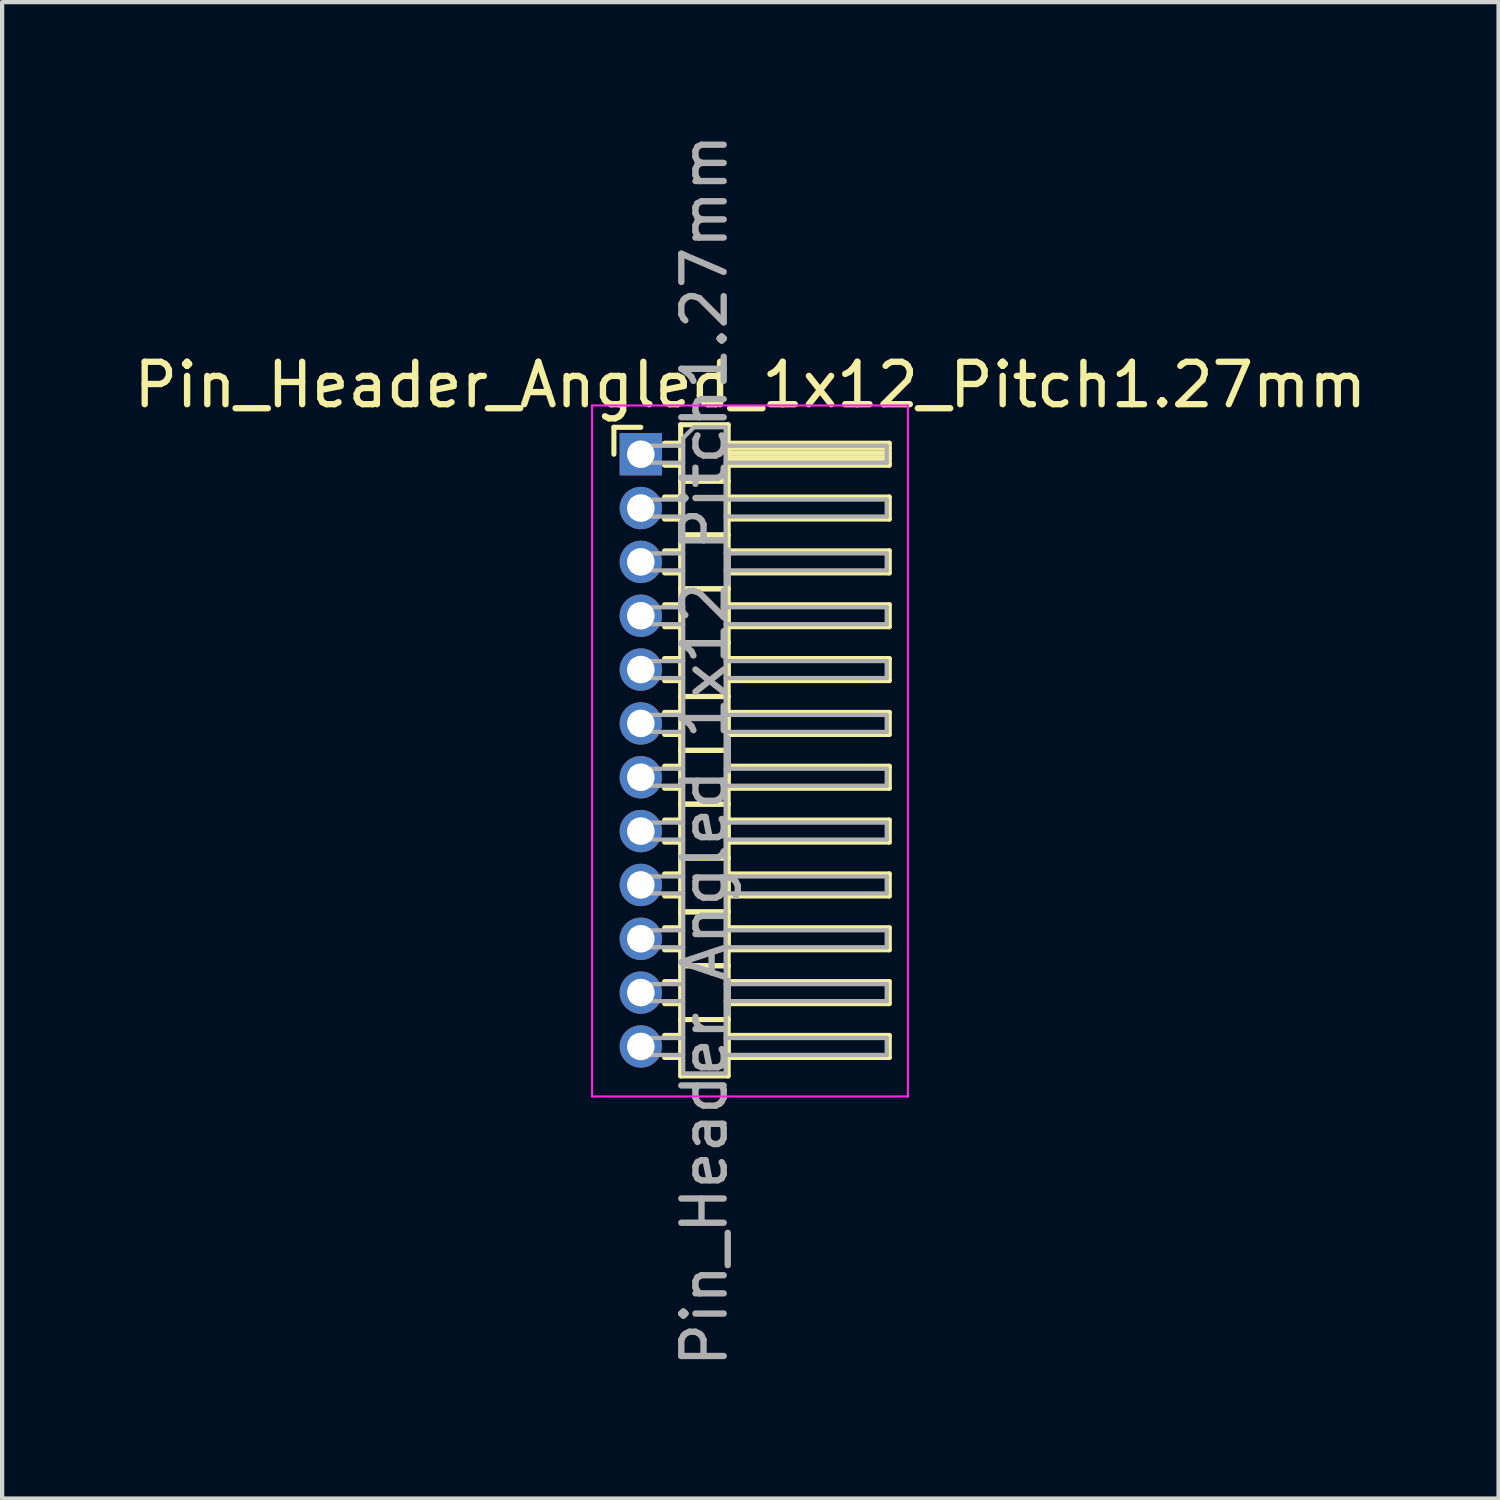
<source format=kicad_pcb>
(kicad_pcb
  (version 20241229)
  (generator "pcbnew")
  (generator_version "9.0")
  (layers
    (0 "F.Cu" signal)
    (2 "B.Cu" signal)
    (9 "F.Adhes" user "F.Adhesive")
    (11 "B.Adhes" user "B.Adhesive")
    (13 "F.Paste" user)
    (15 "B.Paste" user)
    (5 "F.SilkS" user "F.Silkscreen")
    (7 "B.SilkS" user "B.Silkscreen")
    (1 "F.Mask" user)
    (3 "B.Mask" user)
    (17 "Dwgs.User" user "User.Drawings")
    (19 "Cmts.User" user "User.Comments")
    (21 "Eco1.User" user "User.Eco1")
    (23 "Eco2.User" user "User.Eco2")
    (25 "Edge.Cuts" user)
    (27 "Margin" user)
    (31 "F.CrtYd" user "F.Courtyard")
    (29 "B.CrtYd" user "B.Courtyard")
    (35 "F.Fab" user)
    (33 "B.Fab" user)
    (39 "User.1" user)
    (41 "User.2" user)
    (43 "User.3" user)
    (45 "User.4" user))
  (footprint "Pin_Header_Angled_1x12_Pitch1.27mm"
    (layer "F.Cu")
    (at 12.066 7.664)
    (property "Reference" "Pin_Header_Angled_1x12_Pitch1.27mm" (at 2.583 -1.635 0) (layer "F.SilkS") (effects (font (size 1 1) (thickness 0.15))))
    (attr through_hole)
    (fp_line (start -0.635 -0.635) (end 0 -0.635) (stroke (width 0.12) (type solid)) (layer "F.SilkS"))
    (fp_line (start -0.635 0) (end -0.635 -0.635) (stroke (width 0.12) (type solid)) (layer "F.SilkS"))
    (fp_line (start 0.56 -0.26) (end 0.94 -0.26) (stroke (width 0.12) (type solid)) (layer "F.SilkS"))
    (fp_line (start 0.56 0.26) (end 0.94 0.26) (stroke (width 0.12) (type solid)) (layer "F.SilkS"))
    (fp_line (start 0.56 1.01) (end 0.94 1.01) (stroke (width 0.12) (type solid)) (layer "F.SilkS"))
    (fp_line (start 0.56 1.53) (end 0.94 1.53) (stroke (width 0.12) (type solid)) (layer "F.SilkS"))
    (fp_line (start 0.56 2.28) (end 0.94 2.28) (stroke (width 0.12) (type solid)) (layer "F.SilkS"))
    (fp_line (start 0.56 2.8) (end 0.94 2.8) (stroke (width 0.12) (type solid)) (layer "F.SilkS"))
    (fp_line (start 0.56 3.55) (end 0.94 3.55) (stroke (width 0.12) (type solid)) (layer "F.SilkS"))
    (fp_line (start 0.56 4.07) (end 0.94 4.07) (stroke (width 0.12) (type solid)) (layer "F.SilkS"))
    (fp_line (start 0.56 4.82) (end 0.94 4.82) (stroke (width 0.12) (type solid)) (layer "F.SilkS"))
    (fp_line (start 0.56 5.34) (end 0.94 5.34) (stroke (width 0.12) (type solid)) (layer "F.SilkS"))
    (fp_line (start 0.56 6.09) (end 0.94 6.09) (stroke (width 0.12) (type solid)) (layer "F.SilkS"))
    (fp_line (start 0.56 6.61) (end 0.94 6.61) (stroke (width 0.12) (type solid)) (layer "F.SilkS"))
    (fp_line (start 0.56 7.36) (end 0.94 7.36) (stroke (width 0.12) (type solid)) (layer "F.SilkS"))
    (fp_line (start 0.56 7.88) (end 0.94 7.88) (stroke (width 0.12) (type solid)) (layer "F.SilkS"))
    (fp_line (start 0.56 8.63) (end 0.94 8.63) (stroke (width 0.12) (type solid)) (layer "F.SilkS"))
    (fp_line (start 0.56 9.15) (end 0.94 9.15) (stroke (width 0.12) (type solid)) (layer "F.SilkS"))
    (fp_line (start 0.56 9.9) (end 0.94 9.9) (stroke (width 0.12) (type solid)) (layer "F.SilkS"))
    (fp_line (start 0.56 10.42) (end 0.94 10.42) (stroke (width 0.12) (type solid)) (layer "F.SilkS"))
    (fp_line (start 0.56 11.17) (end 0.94 11.17) (stroke (width 0.12) (type solid)) (layer "F.SilkS"))
    (fp_line (start 0.56 11.69) (end 0.94 11.69) (stroke (width 0.12) (type solid)) (layer "F.SilkS"))
    (fp_line (start 0.56 12.44) (end 0.94 12.44) (stroke (width 0.12) (type solid)) (layer "F.SilkS"))
    (fp_line (start 0.56 12.96) (end 0.94 12.96) (stroke (width 0.12) (type solid)) (layer "F.SilkS"))
    (fp_line (start 0.56 13.71) (end 0.94 13.71) (stroke (width 0.12) (type solid)) (layer "F.SilkS"))
    (fp_line (start 0.56 14.23) (end 0.94 14.23) (stroke (width 0.12) (type solid)) (layer "F.SilkS"))
    (fp_line (start 0.94 -0.695) (end 0.94 0.635) (stroke (width 0.12) (type solid)) (layer "F.SilkS"))
    (fp_line (start 0.94 0.635) (end 0.94 1.905) (stroke (width 0.12) (type solid)) (layer "F.SilkS"))
    (fp_line (start 0.94 0.635) (end 2.06 0.635) (stroke (width 0.12) (type solid)) (layer "F.SilkS"))
    (fp_line (start 0.94 1.905) (end 0.94 3.175) (stroke (width 0.12) (type solid)) (layer "F.SilkS"))
    (fp_line (start 0.94 1.905) (end 2.06 1.905) (stroke (width 0.12) (type solid)) (layer "F.SilkS"))
    (fp_line (start 0.94 3.175) (end 0.94 4.445) (stroke (width 0.12) (type solid)) (layer "F.SilkS"))
    (fp_line (start 0.94 3.175) (end 2.06 3.175) (stroke (width 0.12) (type solid)) (layer "F.SilkS"))
    (fp_line (start 0.94 4.445) (end 0.94 5.715) (stroke (width 0.12) (type solid)) (layer "F.SilkS"))
    (fp_line (start 0.94 4.445) (end 2.06 4.445) (stroke (width 0.12) (type solid)) (layer "F.SilkS"))
    (fp_line (start 0.94 5.715) (end 0.94 6.985) (stroke (width 0.12) (type solid)) (layer "F.SilkS"))
    (fp_line (start 0.94 5.715) (end 2.06 5.715) (stroke (width 0.12) (type solid)) (layer "F.SilkS"))
    (fp_line (start 0.94 6.985) (end 0.94 8.255) (stroke (width 0.12) (type solid)) (layer "F.SilkS"))
    (fp_line (start 0.94 6.985) (end 2.06 6.985) (stroke (width 0.12) (type solid)) (layer "F.SilkS"))
    (fp_line (start 0.94 8.255) (end 0.94 9.525) (stroke (width 0.12) (type solid)) (layer "F.SilkS"))
    (fp_line (start 0.94 8.255) (end 2.06 8.255) (stroke (width 0.12) (type solid)) (layer "F.SilkS"))
    (fp_line (start 0.94 9.525) (end 0.94 10.795) (stroke (width 0.12) (type solid)) (layer "F.SilkS"))
    (fp_line (start 0.94 9.525) (end 2.06 9.525) (stroke (width 0.12) (type solid)) (layer "F.SilkS"))
    (fp_line (start 0.94 10.795) (end 0.94 12.065) (stroke (width 0.12) (type solid)) (layer "F.SilkS"))
    (fp_line (start 0.94 10.795) (end 2.06 10.795) (stroke (width 0.12) (type solid)) (layer "F.SilkS"))
    (fp_line (start 0.94 12.065) (end 0.94 13.335) (stroke (width 0.12) (type solid)) (layer "F.SilkS"))
    (fp_line (start 0.94 12.065) (end 2.06 12.065) (stroke (width 0.12) (type solid)) (layer "F.SilkS"))
    (fp_line (start 0.94 13.335) (end 0.94 14.665) (stroke (width 0.12) (type solid)) (layer "F.SilkS"))
    (fp_line (start 0.94 13.335) (end 2.06 13.335) (stroke (width 0.12) (type solid)) (layer "F.SilkS"))
    (fp_line (start 0.94 14.665) (end 2.06 14.665) (stroke (width 0.12) (type solid)) (layer "F.SilkS"))
    (fp_line (start 2.06 -0.695) (end 0.94 -0.695) (stroke (width 0.12) (type solid)) (layer "F.SilkS"))
    (fp_line (start 2.06 -0.26) (end 2.06 0.26) (stroke (width 0.12) (type solid)) (layer "F.SilkS"))
    (fp_line (start 2.06 -0.14) (end 5.86 -0.14) (stroke (width 0.12) (type solid)) (layer "F.SilkS"))
    (fp_line (start 2.06 -0.02) (end 5.86 -0.02) (stroke (width 0.12) (type solid)) (layer "F.SilkS"))
    (fp_line (start 2.06 0.1) (end 5.86 0.1) (stroke (width 0.12) (type solid)) (layer "F.SilkS"))
    (fp_line (start 2.06 0.22) (end 5.86 0.22) (stroke (width 0.12) (type solid)) (layer "F.SilkS"))
    (fp_line (start 2.06 0.26) (end 5.86 0.26) (stroke (width 0.12) (type solid)) (layer "F.SilkS"))
    (fp_line (start 2.06 0.635) (end 0.94 0.635) (stroke (width 0.12) (type solid)) (layer "F.SilkS"))
    (fp_line (start 2.06 0.635) (end 2.06 -0.695) (stroke (width 0.12) (type solid)) (layer "F.SilkS"))
    (fp_line (start 2.06 1.01) (end 2.06 1.53) (stroke (width 0.12) (type solid)) (layer "F.SilkS"))
    (fp_line (start 2.06 1.53) (end 5.86 1.53) (stroke (width 0.12) (type solid)) (layer "F.SilkS"))
    (fp_line (start 2.06 1.905) (end 0.94 1.905) (stroke (width 0.12) (type solid)) (layer "F.SilkS"))
    (fp_line (start 2.06 1.905) (end 2.06 0.635) (stroke (width 0.12) (type solid)) (layer "F.SilkS"))
    (fp_line (start 2.06 2.28) (end 2.06 2.8) (stroke (width 0.12) (type solid)) (layer "F.SilkS"))
    (fp_line (start 2.06 2.8) (end 5.86 2.8) (stroke (width 0.12) (type solid)) (layer "F.SilkS"))
    (fp_line (start 2.06 3.175) (end 0.94 3.175) (stroke (width 0.12) (type solid)) (layer "F.SilkS"))
    (fp_line (start 2.06 3.175) (end 2.06 1.905) (stroke (width 0.12) (type solid)) (layer "F.SilkS"))
    (fp_line (start 2.06 3.55) (end 2.06 4.07) (stroke (width 0.12) (type solid)) (layer "F.SilkS"))
    (fp_line (start 2.06 4.07) (end 5.86 4.07) (stroke (width 0.12) (type solid)) (layer "F.SilkS"))
    (fp_line (start 2.06 4.445) (end 0.94 4.445) (stroke (width 0.12) (type solid)) (layer "F.SilkS"))
    (fp_line (start 2.06 4.445) (end 2.06 3.175) (stroke (width 0.12) (type solid)) (layer "F.SilkS"))
    (fp_line (start 2.06 4.82) (end 2.06 5.34) (stroke (width 0.12) (type solid)) (layer "F.SilkS"))
    (fp_line (start 2.06 5.34) (end 5.86 5.34) (stroke (width 0.12) (type solid)) (layer "F.SilkS"))
    (fp_line (start 2.06 5.715) (end 0.94 5.715) (stroke (width 0.12) (type solid)) (layer "F.SilkS"))
    (fp_line (start 2.06 5.715) (end 2.06 4.445) (stroke (width 0.12) (type solid)) (layer "F.SilkS"))
    (fp_line (start 2.06 6.09) (end 2.06 6.61) (stroke (width 0.12) (type solid)) (layer "F.SilkS"))
    (fp_line (start 2.06 6.61) (end 5.86 6.61) (stroke (width 0.12) (type solid)) (layer "F.SilkS"))
    (fp_line (start 2.06 6.985) (end 0.94 6.985) (stroke (width 0.12) (type solid)) (layer "F.SilkS"))
    (fp_line (start 2.06 6.985) (end 2.06 5.715) (stroke (width 0.12) (type solid)) (layer "F.SilkS"))
    (fp_line (start 2.06 7.36) (end 2.06 7.88) (stroke (width 0.12) (type solid)) (layer "F.SilkS"))
    (fp_line (start 2.06 7.88) (end 5.86 7.88) (stroke (width 0.12) (type solid)) (layer "F.SilkS"))
    (fp_line (start 2.06 8.255) (end 0.94 8.255) (stroke (width 0.12) (type solid)) (layer "F.SilkS"))
    (fp_line (start 2.06 8.255) (end 2.06 6.985) (stroke (width 0.12) (type solid)) (layer "F.SilkS"))
    (fp_line (start 2.06 8.63) (end 2.06 9.15) (stroke (width 0.12) (type solid)) (layer "F.SilkS"))
    (fp_line (start 2.06 9.15) (end 5.86 9.15) (stroke (width 0.12) (type solid)) (layer "F.SilkS"))
    (fp_line (start 2.06 9.525) (end 0.94 9.525) (stroke (width 0.12) (type solid)) (layer "F.SilkS"))
    (fp_line (start 2.06 9.525) (end 2.06 8.255) (stroke (width 0.12) (type solid)) (layer "F.SilkS"))
    (fp_line (start 2.06 9.9) (end 2.06 10.42) (stroke (width 0.12) (type solid)) (layer "F.SilkS"))
    (fp_line (start 2.06 10.42) (end 5.86 10.42) (stroke (width 0.12) (type solid)) (layer "F.SilkS"))
    (fp_line (start 2.06 10.795) (end 0.94 10.795) (stroke (width 0.12) (type solid)) (layer "F.SilkS"))
    (fp_line (start 2.06 10.795) (end 2.06 9.525) (stroke (width 0.12) (type solid)) (layer "F.SilkS"))
    (fp_line (start 2.06 11.17) (end 2.06 11.69) (stroke (width 0.12) (type solid)) (layer "F.SilkS"))
    (fp_line (start 2.06 11.69) (end 5.86 11.69) (stroke (width 0.12) (type solid)) (layer "F.SilkS"))
    (fp_line (start 2.06 12.065) (end 0.94 12.065) (stroke (width 0.12) (type solid)) (layer "F.SilkS"))
    (fp_line (start 2.06 12.065) (end 2.06 10.795) (stroke (width 0.12) (type solid)) (layer "F.SilkS"))
    (fp_line (start 2.06 12.44) (end 2.06 12.96) (stroke (width 0.12) (type solid)) (layer "F.SilkS"))
    (fp_line (start 2.06 12.96) (end 5.86 12.96) (stroke (width 0.12) (type solid)) (layer "F.SilkS"))
    (fp_line (start 2.06 13.335) (end 0.94 13.335) (stroke (width 0.12) (type solid)) (layer "F.SilkS"))
    (fp_line (start 2.06 13.335) (end 2.06 12.065) (stroke (width 0.12) (type solid)) (layer "F.SilkS"))
    (fp_line (start 2.06 13.71) (end 2.06 14.23) (stroke (width 0.12) (type solid)) (layer "F.SilkS"))
    (fp_line (start 2.06 14.23) (end 5.86 14.23) (stroke (width 0.12) (type solid)) (layer "F.SilkS"))
    (fp_line (start 2.06 14.665) (end 2.06 13.335) (stroke (width 0.12) (type solid)) (layer "F.SilkS"))
    (fp_line (start 5.86 -0.26) (end 2.06 -0.26) (stroke (width 0.12) (type solid)) (layer "F.SilkS"))
    (fp_line (start 5.86 0.26) (end 5.86 -0.26) (stroke (width 0.12) (type solid)) (layer "F.SilkS"))
    (fp_line (start 5.86 1.01) (end 2.06 1.01) (stroke (width 0.12) (type solid)) (layer "F.SilkS"))
    (fp_line (start 5.86 1.53) (end 5.86 1.01) (stroke (width 0.12) (type solid)) (layer "F.SilkS"))
    (fp_line (start 5.86 2.28) (end 2.06 2.28) (stroke (width 0.12) (type solid)) (layer "F.SilkS"))
    (fp_line (start 5.86 2.8) (end 5.86 2.28) (stroke (width 0.12) (type solid)) (layer "F.SilkS"))
    (fp_line (start 5.86 3.55) (end 2.06 3.55) (stroke (width 0.12) (type solid)) (layer "F.SilkS"))
    (fp_line (start 5.86 4.07) (end 5.86 3.55) (stroke (width 0.12) (type solid)) (layer "F.SilkS"))
    (fp_line (start 5.86 4.82) (end 2.06 4.82) (stroke (width 0.12) (type solid)) (layer "F.SilkS"))
    (fp_line (start 5.86 5.34) (end 5.86 4.82) (stroke (width 0.12) (type solid)) (layer "F.SilkS"))
    (fp_line (start 5.86 6.09) (end 2.06 6.09) (stroke (width 0.12) (type solid)) (layer "F.SilkS"))
    (fp_line (start 5.86 6.61) (end 5.86 6.09) (stroke (width 0.12) (type solid)) (layer "F.SilkS"))
    (fp_line (start 5.86 7.36) (end 2.06 7.36) (stroke (width 0.12) (type solid)) (layer "F.SilkS"))
    (fp_line (start 5.86 7.88) (end 5.86 7.36) (stroke (width 0.12) (type solid)) (layer "F.SilkS"))
    (fp_line (start 5.86 8.63) (end 2.06 8.63) (stroke (width 0.12) (type solid)) (layer "F.SilkS"))
    (fp_line (start 5.86 9.15) (end 5.86 8.63) (stroke (width 0.12) (type solid)) (layer "F.SilkS"))
    (fp_line (start 5.86 9.9) (end 2.06 9.9) (stroke (width 0.12) (type solid)) (layer "F.SilkS"))
    (fp_line (start 5.86 10.42) (end 5.86 9.9) (stroke (width 0.12) (type solid)) (layer "F.SilkS"))
    (fp_line (start 5.86 11.17) (end 2.06 11.17) (stroke (width 0.12) (type solid)) (layer "F.SilkS"))
    (fp_line (start 5.86 11.69) (end 5.86 11.17) (stroke (width 0.12) (type solid)) (layer "F.SilkS"))
    (fp_line (start 5.86 12.44) (end 2.06 12.44) (stroke (width 0.12) (type solid)) (layer "F.SilkS"))
    (fp_line (start 5.86 12.96) (end 5.86 12.44) (stroke (width 0.12) (type solid)) (layer "F.SilkS"))
    (fp_line (start 5.86 13.71) (end 2.06 13.71) (stroke (width 0.12) (type solid)) (layer "F.SilkS"))
    (fp_line (start 5.86 14.23) (end 5.86 13.71) (stroke (width 0.12) (type solid)) (layer "F.SilkS"))
    (fp_line (start -1.15 -1.15) (end -1.15 15.15) (stroke (width 0.05) (type solid)) (layer "F.CrtYd"))
    (fp_line (start -1.15 15.15) (end 6.3 15.15) (stroke (width 0.05) (type solid)) (layer "F.CrtYd"))
    (fp_line (start 6.3 -1.15) (end -1.15 -1.15) (stroke (width 0.05) (type solid)) (layer "F.CrtYd"))
    (fp_line (start 6.3 15.15) (end 6.3 -1.15) (stroke (width 0.05) (type solid)) (layer "F.CrtYd"))
    (fp_line (start -0.2 -0.2) (end -0.2 0.2) (stroke (width 0.1) (type solid)) (layer "F.Fab"))
    (fp_line (start -0.2 -0.2) (end 1 -0.2) (stroke (width 0.1) (type solid)) (layer "F.Fab"))
    (fp_line (start -0.2 0.2) (end 1 0.2) (stroke (width 0.1) (type solid)) (layer "F.Fab"))
    (fp_line (start -0.2 1.07) (end -0.2 1.47) (stroke (width 0.1) (type solid)) (layer "F.Fab"))
    (fp_line (start -0.2 1.07) (end 1 1.07) (stroke (width 0.1) (type solid)) (layer "F.Fab"))
    (fp_line (start -0.2 1.47) (end 1 1.47) (stroke (width 0.1) (type solid)) (layer "F.Fab"))
    (fp_line (start -0.2 2.34) (end -0.2 2.74) (stroke (width 0.1) (type solid)) (layer "F.Fab"))
    (fp_line (start -0.2 2.34) (end 1 2.34) (stroke (width 0.1) (type solid)) (layer "F.Fab"))
    (fp_line (start -0.2 2.74) (end 1 2.74) (stroke (width 0.1) (type solid)) (layer "F.Fab"))
    (fp_line (start -0.2 3.61) (end -0.2 4.01) (stroke (width 0.1) (type solid)) (layer "F.Fab"))
    (fp_line (start -0.2 3.61) (end 1 3.61) (stroke (width 0.1) (type solid)) (layer "F.Fab"))
    (fp_line (start -0.2 4.01) (end 1 4.01) (stroke (width 0.1) (type solid)) (layer "F.Fab"))
    (fp_line (start -0.2 4.88) (end -0.2 5.28) (stroke (width 0.1) (type solid)) (layer "F.Fab"))
    (fp_line (start -0.2 4.88) (end 1 4.88) (stroke (width 0.1) (type solid)) (layer "F.Fab"))
    (fp_line (start -0.2 5.28) (end 1 5.28) (stroke (width 0.1) (type solid)) (layer "F.Fab"))
    (fp_line (start -0.2 6.15) (end -0.2 6.55) (stroke (width 0.1) (type solid)) (layer "F.Fab"))
    (fp_line (start -0.2 6.15) (end 1 6.15) (stroke (width 0.1) (type solid)) (layer "F.Fab"))
    (fp_line (start -0.2 6.55) (end 1 6.55) (stroke (width 0.1) (type solid)) (layer "F.Fab"))
    (fp_line (start -0.2 7.42) (end -0.2 7.82) (stroke (width 0.1) (type solid)) (layer "F.Fab"))
    (fp_line (start -0.2 7.42) (end 1 7.42) (stroke (width 0.1) (type solid)) (layer "F.Fab"))
    (fp_line (start -0.2 7.82) (end 1 7.82) (stroke (width 0.1) (type solid)) (layer "F.Fab"))
    (fp_line (start -0.2 8.69) (end -0.2 9.09) (stroke (width 0.1) (type solid)) (layer "F.Fab"))
    (fp_line (start -0.2 8.69) (end 1 8.69) (stroke (width 0.1) (type solid)) (layer "F.Fab"))
    (fp_line (start -0.2 9.09) (end 1 9.09) (stroke (width 0.1) (type solid)) (layer "F.Fab"))
    (fp_line (start -0.2 9.96) (end -0.2 10.36) (stroke (width 0.1) (type solid)) (layer "F.Fab"))
    (fp_line (start -0.2 9.96) (end 1 9.96) (stroke (width 0.1) (type solid)) (layer "F.Fab"))
    (fp_line (start -0.2 10.36) (end 1 10.36) (stroke (width 0.1) (type solid)) (layer "F.Fab"))
    (fp_line (start -0.2 11.23) (end -0.2 11.63) (stroke (width 0.1) (type solid)) (layer "F.Fab"))
    (fp_line (start -0.2 11.23) (end 1 11.23) (stroke (width 0.1) (type solid)) (layer "F.Fab"))
    (fp_line (start -0.2 11.63) (end 1 11.63) (stroke (width 0.1) (type solid)) (layer "F.Fab"))
    (fp_line (start -0.2 12.5) (end -0.2 12.9) (stroke (width 0.1) (type solid)) (layer "F.Fab"))
    (fp_line (start -0.2 12.5) (end 1 12.5) (stroke (width 0.1) (type solid)) (layer "F.Fab"))
    (fp_line (start -0.2 12.9) (end 1 12.9) (stroke (width 0.1) (type solid)) (layer "F.Fab"))
    (fp_line (start -0.2 13.77) (end -0.2 14.17) (stroke (width 0.1) (type solid)) (layer "F.Fab"))
    (fp_line (start -0.2 13.77) (end 1 13.77) (stroke (width 0.1) (type solid)) (layer "F.Fab"))
    (fp_line (start -0.2 14.17) (end 1 14.17) (stroke (width 0.1) (type solid)) (layer "F.Fab"))
    (fp_line (start 1 -0.385) (end 1.25 -0.635) (stroke (width 0.1) (type solid)) (layer "F.Fab"))
    (fp_line (start 1 14.605) (end 1 -0.385) (stroke (width 0.1) (type solid)) (layer "F.Fab"))
    (fp_line (start 1.25 -0.635) (end 2 -0.635) (stroke (width 0.1) (type solid)) (layer "F.Fab"))
    (fp_line (start 2 -0.635) (end 2 14.605) (stroke (width 0.1) (type solid)) (layer "F.Fab"))
    (fp_line (start 2 -0.2) (end 5.8 -0.2) (stroke (width 0.1) (type solid)) (layer "F.Fab"))
    (fp_line (start 2 0.2) (end 5.8 0.2) (stroke (width 0.1) (type solid)) (layer "F.Fab"))
    (fp_line (start 2 1.07) (end 5.8 1.07) (stroke (width 0.1) (type solid)) (layer "F.Fab"))
    (fp_line (start 2 1.47) (end 5.8 1.47) (stroke (width 0.1) (type solid)) (layer "F.Fab"))
    (fp_line (start 2 2.34) (end 5.8 2.34) (stroke (width 0.1) (type solid)) (layer "F.Fab"))
    (fp_line (start 2 2.74) (end 5.8 2.74) (stroke (width 0.1) (type solid)) (layer "F.Fab"))
    (fp_line (start 2 3.61) (end 5.8 3.61) (stroke (width 0.1) (type solid)) (layer "F.Fab"))
    (fp_line (start 2 4.01) (end 5.8 4.01) (stroke (width 0.1) (type solid)) (layer "F.Fab"))
    (fp_line (start 2 4.88) (end 5.8 4.88) (stroke (width 0.1) (type solid)) (layer "F.Fab"))
    (fp_line (start 2 5.28) (end 5.8 5.28) (stroke (width 0.1) (type solid)) (layer "F.Fab"))
    (fp_line (start 2 6.15) (end 5.8 6.15) (stroke (width 0.1) (type solid)) (layer "F.Fab"))
    (fp_line (start 2 6.55) (end 5.8 6.55) (stroke (width 0.1) (type solid)) (layer "F.Fab"))
    (fp_line (start 2 7.42) (end 5.8 7.42) (stroke (width 0.1) (type solid)) (layer "F.Fab"))
    (fp_line (start 2 7.82) (end 5.8 7.82) (stroke (width 0.1) (type solid)) (layer "F.Fab"))
    (fp_line (start 2 8.69) (end 5.8 8.69) (stroke (width 0.1) (type solid)) (layer "F.Fab"))
    (fp_line (start 2 9.09) (end 5.8 9.09) (stroke (width 0.1) (type solid)) (layer "F.Fab"))
    (fp_line (start 2 9.96) (end 5.8 9.96) (stroke (width 0.1) (type solid)) (layer "F.Fab"))
    (fp_line (start 2 10.36) (end 5.8 10.36) (stroke (width 0.1) (type solid)) (layer "F.Fab"))
    (fp_line (start 2 11.23) (end 5.8 11.23) (stroke (width 0.1) (type solid)) (layer "F.Fab"))
    (fp_line (start 2 11.63) (end 5.8 11.63) (stroke (width 0.1) (type solid)) (layer "F.Fab"))
    (fp_line (start 2 12.5) (end 5.8 12.5) (stroke (width 0.1) (type solid)) (layer "F.Fab"))
    (fp_line (start 2 12.9) (end 5.8 12.9) (stroke (width 0.1) (type solid)) (layer "F.Fab"))
    (fp_line (start 2 13.77) (end 5.8 13.77) (stroke (width 0.1) (type solid)) (layer "F.Fab"))
    (fp_line (start 2 14.17) (end 5.8 14.17) (stroke (width 0.1) (type solid)) (layer "F.Fab"))
    (fp_line (start 2 14.605) (end 1 14.605) (stroke (width 0.1) (type solid)) (layer "F.Fab"))
    (fp_line (start 5.8 -0.2) (end 5.8 0.2) (stroke (width 0.1) (type solid)) (layer "F.Fab"))
    (fp_line (start 5.8 1.07) (end 5.8 1.47) (stroke (width 0.1) (type solid)) (layer "F.Fab"))
    (fp_line (start 5.8 2.34) (end 5.8 2.74) (stroke (width 0.1) (type solid)) (layer "F.Fab"))
    (fp_line (start 5.8 3.61) (end 5.8 4.01) (stroke (width 0.1) (type solid)) (layer "F.Fab"))
    (fp_line (start 5.8 4.88) (end 5.8 5.28) (stroke (width 0.1) (type solid)) (layer "F.Fab"))
    (fp_line (start 5.8 6.15) (end 5.8 6.55) (stroke (width 0.1) (type solid)) (layer "F.Fab"))
    (fp_line (start 5.8 7.42) (end 5.8 7.82) (stroke (width 0.1) (type solid)) (layer "F.Fab"))
    (fp_line (start 5.8 8.69) (end 5.8 9.09) (stroke (width 0.1) (type solid)) (layer "F.Fab"))
    (fp_line (start 5.8 9.96) (end 5.8 10.36) (stroke (width 0.1) (type solid)) (layer "F.Fab"))
    (fp_line (start 5.8 11.23) (end 5.8 11.63) (stroke (width 0.1) (type solid)) (layer "F.Fab"))
    (fp_line (start 5.8 12.5) (end 5.8 12.9) (stroke (width 0.1) (type solid)) (layer "F.Fab"))
    (fp_line (start 5.8 13.77) (end 5.8 14.17) (stroke (width 0.1) (type solid)) (layer "F.Fab"))
    (fp_text user "${REFERENCE}" (at 1.5 6.985 90) (layer "F.Fab") (effects (font (size 1 1) (thickness 0.15))))
    (pad "1" thru_hole rect (at 0 0) (size 1 1) (drill 0.65) (layers "*.Cu" "*.Mask"))
    (pad "2" thru_hole oval (at 0 1.27) (size 1 1) (drill 0.65) (layers "*.Cu" "*.Mask"))
    (pad "3" thru_hole oval (at 0 2.54) (size 1 1) (drill 0.65) (layers "*.Cu" "*.Mask"))
    (pad "4" thru_hole oval (at 0 3.81) (size 1 1) (drill 0.65) (layers "*.Cu" "*.Mask"))
    (pad "5" thru_hole oval (at 0 5.08) (size 1 1) (drill 0.65) (layers "*.Cu" "*.Mask"))
    (pad "6" thru_hole oval (at 0 6.35) (size 1 1) (drill 0.65) (layers "*.Cu" "*.Mask"))
    (pad "7" thru_hole oval (at 0 7.62) (size 1 1) (drill 0.65) (layers "*.Cu" "*.Mask"))
    (pad "8" thru_hole oval (at 0 8.89) (size 1 1) (drill 0.65) (layers "*.Cu" "*.Mask"))
    (pad "9" thru_hole oval (at 0 10.16) (size 1 1) (drill 0.65) (layers "*.Cu" "*.Mask"))
    (pad "10" thru_hole oval (at 0 11.43) (size 1 1) (drill 0.65) (layers "*.Cu" "*.Mask"))
    (pad "11" thru_hole oval (at 0 12.7) (size 1 1) (drill 0.65) (layers "*.Cu" "*.Mask"))
    (pad "12" thru_hole oval (at 0 13.97) (size 1 1) (drill 0.65) (layers "*.Cu" "*.Mask")))
  (gr_rect
    (start -3 -3)
    (end 32.298 32.298)
    (stroke (width 0.1) (type default))
    (fill no)
    (layer "Edge.Cuts")))
</source>
